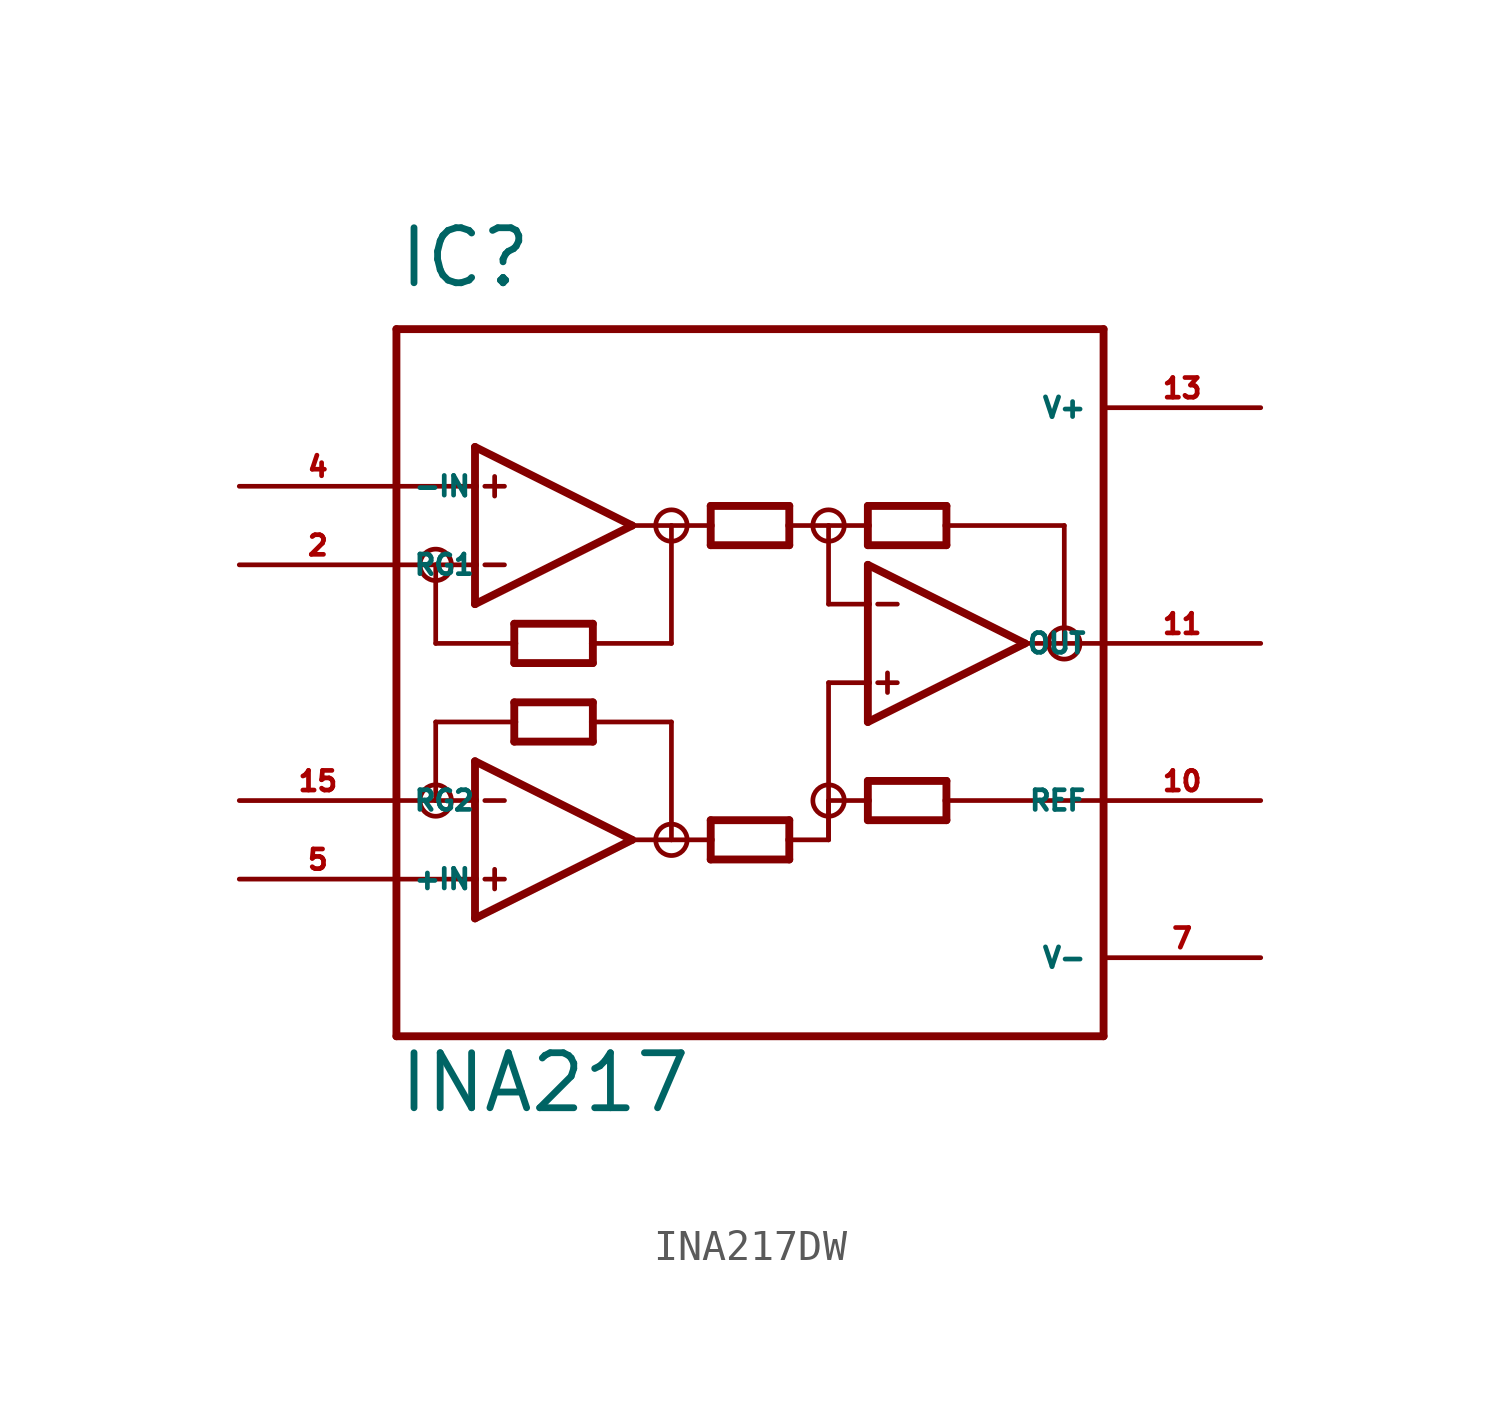
<source format=kicad_sym>
(kicad_symbol_lib
  (version 20220914)
  (generator Eagle2Kicad)
  (symbol "INA217DW"
    (property "Reference" "IC"
      (at -12.7 11.43 0)
      (effects (font (size 1.778 1.778) (thickness 0.22)) (justify left bottom)))
    (property "Value" "INA217"
      (at -12.7 -15.24 0)
      (effects (font (size 1.778 1.778) (thickness 0.22)) (justify left bottom)))
    (polyline
      (pts (xy -10.16 1.27) (xy -10.16 2.54))
      (stroke (width 0.254) (type default))
      (fill (type none)))
    (polyline
      (pts (xy -10.16 2.54) (xy -10.16 5.08))
      (stroke (width 0.254) (type default))
      (fill (type none)))
    (polyline
      (pts (xy -10.16 5.08) (xy -10.16 6.35))
      (stroke (width 0.254) (type default))
      (fill (type none)))
    (polyline
      (pts (xy -10.16 6.35) (xy -5.08 3.81))
      (stroke (width 0.254) (type default))
      (fill (type none)))
    (polyline
      (pts (xy -5.08 3.81) (xy -10.16 1.27))
      (stroke (width 0.254) (type default))
      (fill (type none)))
    (polyline
      (pts (xy -6.35 -0.635) (xy -6.35 0))
      (stroke (width 0.254) (type default))
      (fill (type none)))
    (polyline
      (pts (xy -6.35 0) (xy -6.35 0.635))
      (stroke (width 0.254) (type default))
      (fill (type none)))
    (polyline
      (pts (xy -6.35 0.635) (xy -8.89 0.635))
      (stroke (width 0.254) (type default))
      (fill (type none)))
    (polyline
      (pts (xy -8.89 0.635) (xy -8.89 0))
      (stroke (width 0.254) (type default))
      (fill (type none)))
    (polyline
      (pts (xy -8.89 0) (xy -8.89 -0.635))
      (stroke (width 0.254) (type default))
      (fill (type none)))
    (polyline
      (pts (xy -8.89 -0.635) (xy -6.35 -0.635))
      (stroke (width 0.254) (type default))
      (fill (type none)))
    (polyline
      (pts (xy -2.54 3.175) (xy -2.54 3.81))
      (stroke (width 0.254) (type default))
      (fill (type none)))
    (polyline
      (pts (xy -2.54 3.81) (xy -2.54 4.445))
      (stroke (width 0.254) (type default))
      (fill (type none)))
    (polyline
      (pts (xy -2.54 4.445) (xy 0 4.445))
      (stroke (width 0.254) (type default))
      (fill (type none)))
    (polyline
      (pts (xy 0 4.445) (xy 0 3.81))
      (stroke (width 0.254) (type default))
      (fill (type none)))
    (polyline
      (pts (xy 0 3.81) (xy 0 3.175))
      (stroke (width 0.254) (type default))
      (fill (type none)))
    (polyline
      (pts (xy 0 3.175) (xy -2.54 3.175))
      (stroke (width 0.254) (type default))
      (fill (type none)))
    (polyline
      (pts (xy 5.08 4.445) (xy 5.08 3.81))
      (stroke (width 0.254) (type default))
      (fill (type none)))
    (polyline
      (pts (xy 5.08 3.81) (xy 5.08 3.175))
      (stroke (width 0.254) (type default))
      (fill (type none)))
    (polyline
      (pts (xy 5.08 3.175) (xy 2.54 3.175))
      (stroke (width 0.254) (type default))
      (fill (type none)))
    (polyline
      (pts (xy 2.54 3.175) (xy 2.54 3.81))
      (stroke (width 0.254) (type default))
      (fill (type none)))
    (polyline
      (pts (xy 2.54 3.81) (xy 2.54 4.445))
      (stroke (width 0.254) (type default))
      (fill (type none)))
    (polyline
      (pts (xy 2.54 4.445) (xy 5.08 4.445))
      (stroke (width 0.254) (type default))
      (fill (type none)))
    (polyline
      (pts (xy 2.54 -4.445) (xy 2.54 -5.08))
      (stroke (width 0.254) (type default))
      (fill (type none)))
    (polyline
      (pts (xy 2.54 -5.08) (xy 2.54 -5.715))
      (stroke (width 0.254) (type default))
      (fill (type none)))
    (polyline
      (pts (xy 2.54 -5.715) (xy 5.08 -5.715))
      (stroke (width 0.254) (type default))
      (fill (type none)))
    (polyline
      (pts (xy 5.08 -5.715) (xy 5.08 -5.08))
      (stroke (width 0.254) (type default))
      (fill (type none)))
    (polyline
      (pts (xy 5.08 -5.08) (xy 5.08 -4.445))
      (stroke (width 0.254) (type default))
      (fill (type none)))
    (polyline
      (pts (xy 5.08 -4.445) (xy 2.54 -4.445))
      (stroke (width 0.254) (type default))
      (fill (type none)))
    (polyline
      (pts (xy -10.16 2.54) (xy -11.43 2.54))
      (stroke (width 0.152) (type default))
      (fill (type none)))
    (polyline
      (pts (xy -9.842 5.08) (xy -9.207 5.08))
      (stroke (width 0.152) (type default))
      (fill (type none)))
    (polyline
      (pts (xy -9.842 2.54) (xy -9.207 2.54))
      (stroke (width 0.152) (type default))
      (fill (type none)))
    (polyline
      (pts (xy -9.525 5.397) (xy -9.525 4.763))
      (stroke (width 0.152) (type default))
      (fill (type none)))
    (polyline
      (pts (xy -12.7 -12.7) (xy 10.16 -12.7))
      (stroke (width 0.254) (type default))
      (fill (type none)))
    (polyline
      (pts (xy 10.16 -12.7) (xy 10.16 -5.08))
      (stroke (width 0.254) (type default))
      (fill (type none)))
    (polyline
      (pts (xy 10.16 -5.08) (xy 10.16 0))
      (stroke (width 0.254) (type default))
      (fill (type none)))
    (polyline
      (pts (xy 10.16 0) (xy 10.16 10.16))
      (stroke (width 0.254) (type default))
      (fill (type none)))
    (polyline
      (pts (xy 10.16 10.16) (xy -12.7 10.16))
      (stroke (width 0.254) (type default))
      (fill (type none)))
    (polyline
      (pts (xy -12.7 10.16) (xy -12.7 5.08))
      (stroke (width 0.254) (type default))
      (fill (type none)))
    (polyline
      (pts (xy -12.7 5.08) (xy -12.7 2.54))
      (stroke (width 0.254) (type default))
      (fill (type none)))
    (polyline
      (pts (xy -12.7 2.54) (xy -12.7 -5.08))
      (stroke (width 0.254) (type default))
      (fill (type none)))
    (polyline
      (pts (xy -12.7 -5.08) (xy -12.7 -7.62))
      (stroke (width 0.254) (type default))
      (fill (type none)))
    (polyline
      (pts (xy -12.7 -7.62) (xy -12.7 -12.7))
      (stroke (width 0.254) (type default))
      (fill (type none)))
    (polyline
      (pts (xy -10.16 -8.89) (xy -10.16 -7.62))
      (stroke (width 0.254) (type default))
      (fill (type none)))
    (polyline
      (pts (xy -10.16 -7.62) (xy -10.16 -5.08))
      (stroke (width 0.254) (type default))
      (fill (type none)))
    (polyline
      (pts (xy -10.16 -5.08) (xy -10.16 -3.81))
      (stroke (width 0.254) (type default))
      (fill (type none)))
    (polyline
      (pts (xy -10.16 -3.81) (xy -5.08 -6.35))
      (stroke (width 0.254) (type default))
      (fill (type none)))
    (polyline
      (pts (xy -5.08 -6.35) (xy -10.16 -8.89))
      (stroke (width 0.254) (type default))
      (fill (type none)))
    (polyline
      (pts (xy 0 -6.985) (xy 0 -6.35))
      (stroke (width 0.254) (type default))
      (fill (type none)))
    (polyline
      (pts (xy 0 -6.35) (xy 0 -5.715))
      (stroke (width 0.254) (type default))
      (fill (type none)))
    (polyline
      (pts (xy 0 -5.715) (xy -2.54 -5.715))
      (stroke (width 0.254) (type default))
      (fill (type none)))
    (polyline
      (pts (xy -2.54 -5.715) (xy -2.54 -6.35))
      (stroke (width 0.254) (type default))
      (fill (type none)))
    (polyline
      (pts (xy -2.54 -6.35) (xy -2.54 -6.985))
      (stroke (width 0.254) (type default))
      (fill (type none)))
    (polyline
      (pts (xy -2.54 -6.985) (xy 0 -6.985))
      (stroke (width 0.254) (type default))
      (fill (type none)))
    (polyline
      (pts (xy -8.89 -3.175) (xy -8.89 -2.54))
      (stroke (width 0.254) (type default))
      (fill (type none)))
    (polyline
      (pts (xy -8.89 -2.54) (xy -8.89 -1.905))
      (stroke (width 0.254) (type default))
      (fill (type none)))
    (polyline
      (pts (xy -8.89 -1.905) (xy -6.35 -1.905))
      (stroke (width 0.254) (type default))
      (fill (type none)))
    (polyline
      (pts (xy -6.35 -1.905) (xy -6.35 -2.54))
      (stroke (width 0.254) (type default))
      (fill (type none)))
    (polyline
      (pts (xy -6.35 -2.54) (xy -6.35 -3.175))
      (stroke (width 0.254) (type default))
      (fill (type none)))
    (polyline
      (pts (xy -6.35 -3.175) (xy -8.89 -3.175))
      (stroke (width 0.254) (type default))
      (fill (type none)))
    (polyline
      (pts (xy -10.16 -5.08) (xy -11.43 -5.08))
      (stroke (width 0.152) (type default))
      (fill (type none)))
    (polyline
      (pts (xy -9.842 -5.08) (xy -9.207 -5.08))
      (stroke (width 0.152) (type default))
      (fill (type none)))
    (polyline
      (pts (xy -9.842 -7.62) (xy -9.207 -7.62))
      (stroke (width 0.152) (type default))
      (fill (type none)))
    (polyline
      (pts (xy -9.525 -7.303) (xy -9.525 -7.938))
      (stroke (width 0.152) (type default))
      (fill (type none)))
    (polyline
      (pts (xy -10.16 5.08) (xy -12.7 5.08))
      (stroke (width 0.152) (type default))
      (fill (type none)))
    (polyline
      (pts (xy -11.43 2.54) (xy -12.7 2.54))
      (stroke (width 0.152) (type default))
      (fill (type none)))
    (polyline
      (pts (xy 2.54 -2.54) (xy 2.54 -1.27))
      (stroke (width 0.254) (type default))
      (fill (type none)))
    (polyline
      (pts (xy 2.54 -1.27) (xy 2.54 1.27))
      (stroke (width 0.254) (type default))
      (fill (type none)))
    (polyline
      (pts (xy 2.54 1.27) (xy 2.54 2.54))
      (stroke (width 0.254) (type default))
      (fill (type none)))
    (polyline
      (pts (xy 2.54 2.54) (xy 7.62 0))
      (stroke (width 0.254) (type default))
      (fill (type none)))
    (polyline
      (pts (xy 7.62 0) (xy 2.54 -2.54))
      (stroke (width 0.254) (type default))
      (fill (type none)))
    (polyline
      (pts (xy 2.54 -1.27) (xy 1.27 -1.27))
      (stroke (width 0.152) (type default))
      (fill (type none)))
    (polyline
      (pts (xy 2.857 1.27) (xy 3.493 1.27))
      (stroke (width 0.152) (type default))
      (fill (type none)))
    (polyline
      (pts (xy 2.857 -1.27) (xy 3.493 -1.27))
      (stroke (width 0.152) (type default))
      (fill (type none)))
    (polyline
      (pts (xy 3.175 -0.953) (xy 3.175 -1.587))
      (stroke (width 0.152) (type default))
      (fill (type none)))
    (polyline
      (pts (xy -5.08 3.81) (xy -3.81 3.81))
      (stroke (width 0.152) (type default))
      (fill (type none)))
    (polyline
      (pts (xy -3.81 3.81) (xy -2.54 3.81))
      (stroke (width 0.152) (type default))
      (fill (type none)))
    (polyline
      (pts (xy 0 3.81) (xy 1.27 3.81))
      (stroke (width 0.152) (type default))
      (fill (type none)))
    (polyline
      (pts (xy 1.27 3.81) (xy 2.54 3.81))
      (stroke (width 0.152) (type default))
      (fill (type none)))
    (polyline
      (pts (xy 8.89 3.81) (xy 5.08 3.81))
      (stroke (width 0.152) (type default))
      (fill (type none)))
    (polyline
      (pts (xy 7.62 0) (xy 8.89 0))
      (stroke (width 0.152) (type default))
      (fill (type none)))
    (polyline
      (pts (xy 8.89 0) (xy 10.16 0))
      (stroke (width 0.152) (type default))
      (fill (type none)))
    (polyline
      (pts (xy -11.43 2.54) (xy -11.43 0))
      (stroke (width 0.152) (type default))
      (fill (type none)))
    (polyline
      (pts (xy -11.43 0) (xy -8.89 0))
      (stroke (width 0.152) (type default))
      (fill (type none)))
    (polyline
      (pts (xy -3.81 3.81) (xy -3.81 0))
      (stroke (width 0.152) (type default))
      (fill (type none)))
    (polyline
      (pts (xy -3.81 0) (xy -6.35 0))
      (stroke (width 0.152) (type default))
      (fill (type none)))
    (polyline
      (pts (xy 1.27 3.81) (xy 1.27 1.27))
      (stroke (width 0.152) (type default))
      (fill (type none)))
    (polyline
      (pts (xy 1.27 1.27) (xy 2.54 1.27))
      (stroke (width 0.152) (type default))
      (fill (type none)))
    (polyline
      (pts (xy -8.89 -2.54) (xy -11.43 -2.54))
      (stroke (width 0.152) (type default))
      (fill (type none)))
    (polyline
      (pts (xy -11.43 -2.54) (xy -11.43 -5.08))
      (stroke (width 0.152) (type default))
      (fill (type none)))
    (polyline
      (pts (xy -6.35 -2.54) (xy -3.81 -2.54))
      (stroke (width 0.152) (type default))
      (fill (type none)))
    (polyline
      (pts (xy -3.81 -2.54) (xy -3.81 -6.35))
      (stroke (width 0.152) (type default))
      (fill (type none)))
    (polyline
      (pts (xy -3.81 -6.35) (xy -5.08 -6.35))
      (stroke (width 0.152) (type default))
      (fill (type none)))
    (polyline
      (pts (xy -3.81 -6.35) (xy -2.54 -6.35))
      (stroke (width 0.152) (type default))
      (fill (type none)))
    (polyline
      (pts (xy 0 -6.35) (xy 1.27 -6.35))
      (stroke (width 0.152) (type default))
      (fill (type none)))
    (polyline
      (pts (xy 1.27 -6.35) (xy 1.27 -5.08))
      (stroke (width 0.152) (type default))
      (fill (type none)))
    (polyline
      (pts (xy 1.27 -5.08) (xy 2.54 -5.08))
      (stroke (width 0.152) (type default))
      (fill (type none)))
    (polyline
      (pts (xy -10.16 -7.62) (xy -12.7 -7.62))
      (stroke (width 0.152) (type default))
      (fill (type none)))
    (polyline
      (pts (xy -12.7 -5.08) (xy -11.43 -5.08))
      (stroke (width 0.152) (type default))
      (fill (type none)))
    (polyline
      (pts (xy 1.27 -1.27) (xy 1.27 -6.35))
      (stroke (width 0.152) (type default))
      (fill (type none)))
    (polyline
      (pts (xy 5.08 -5.08) (xy 10.16 -5.08))
      (stroke (width 0.152) (type default))
      (fill (type none)))
    (polyline
      (pts (xy 8.89 3.81) (xy 8.89 0))
      (stroke (width 0.152) (type default))
      (fill (type none)))
    (circle
      (center -11.43 2.54)
      (radius 0.508)
      (stroke (width 0) (type default))
      (fill (type none)))
    (circle
      (center -11.43 -5.08)
      (radius 0.508)
      (stroke (width 0) (type default))
      (fill (type none)))
    (circle
      (center -3.81 -6.35)
      (radius 0.508)
      (stroke (width 0) (type default))
      (fill (type none)))
    (circle
      (center 1.27 -5.08)
      (radius 0.508)
      (stroke (width 0) (type default))
      (fill (type none)))
    (circle
      (center -3.81 3.81)
      (radius 0.508)
      (stroke (width 0) (type default))
      (fill (type none)))
    (circle
      (center 1.27 3.81)
      (radius 0.508)
      (stroke (width 0) (type default))
      (fill (type none)))
    (circle
      (center 8.89 0)
      (radius 0.508)
      (stroke (width 0) (type default))
      (fill (type none)))
    (pin input line
      (at -17.78 5.08 0)
      (length 5.08)
      (name "-IN" (effects (font (size 0.635 0.635) (thickness 0.08)) (justify left bottom)))
      (number "4" (effects (font (size 0.635 0.635) (thickness 0.08)) (justify left bottom))))
    (pin passive line
      (at -17.78 2.54 0)
      (length 5.08)
      (name "RG1" (effects (font (size 0.635 0.635) (thickness 0.08)) (justify left bottom)))
      (number "2" (effects (font (size 0.635 0.635) (thickness 0.08)) (justify left bottom))))
    (pin output line
      (at 15.24 0 180)
      (length 5.08)
      (name "OUT" (effects (font (size 0.635 0.635) (thickness 0.08)) (justify left bottom)))
      (number "11" (effects (font (size 0.635 0.635) (thickness 0.08)) (justify left bottom))))
    (pin unspecified line
      (at 15.24 7.62 180)
      (length 5.08)
      (name "V+" (effects (font (size 0.635 0.635) (thickness 0.08)) (justify left bottom)))
      (number "13" (effects (font (size 0.635 0.635) (thickness 0.08)) (justify left bottom))))
    (pin unspecified line
      (at 15.24 -10.16 180)
      (length 5.08)
      (name "V-" (effects (font (size 0.635 0.635) (thickness 0.08)) (justify left bottom)))
      (number "7" (effects (font (size 0.635 0.635) (thickness 0.08)) (justify left bottom))))
    (pin passive line
      (at -17.78 -5.08 0)
      (length 5.08)
      (name "RG2" (effects (font (size 0.635 0.635) (thickness 0.08)) (justify left bottom)))
      (number "15" (effects (font (size 0.635 0.635) (thickness 0.08)) (justify left bottom))))
    (pin input line
      (at -17.78 -7.62 0)
      (length 5.08)
      (name "+IN" (effects (font (size 0.635 0.635) (thickness 0.08)) (justify left bottom)))
      (number "5" (effects (font (size 0.635 0.635) (thickness 0.08)) (justify left bottom))))
    (pin passive line
      (at 15.24 -5.08 180)
      (length 5.08)
      (name "REF" (effects (font (size 0.635 0.635) (thickness 0.08)) (justify left bottom)))
      (number "10" (effects (font (size 0.635 0.635) (thickness 0.08)) (justify left bottom))))))
</source>
